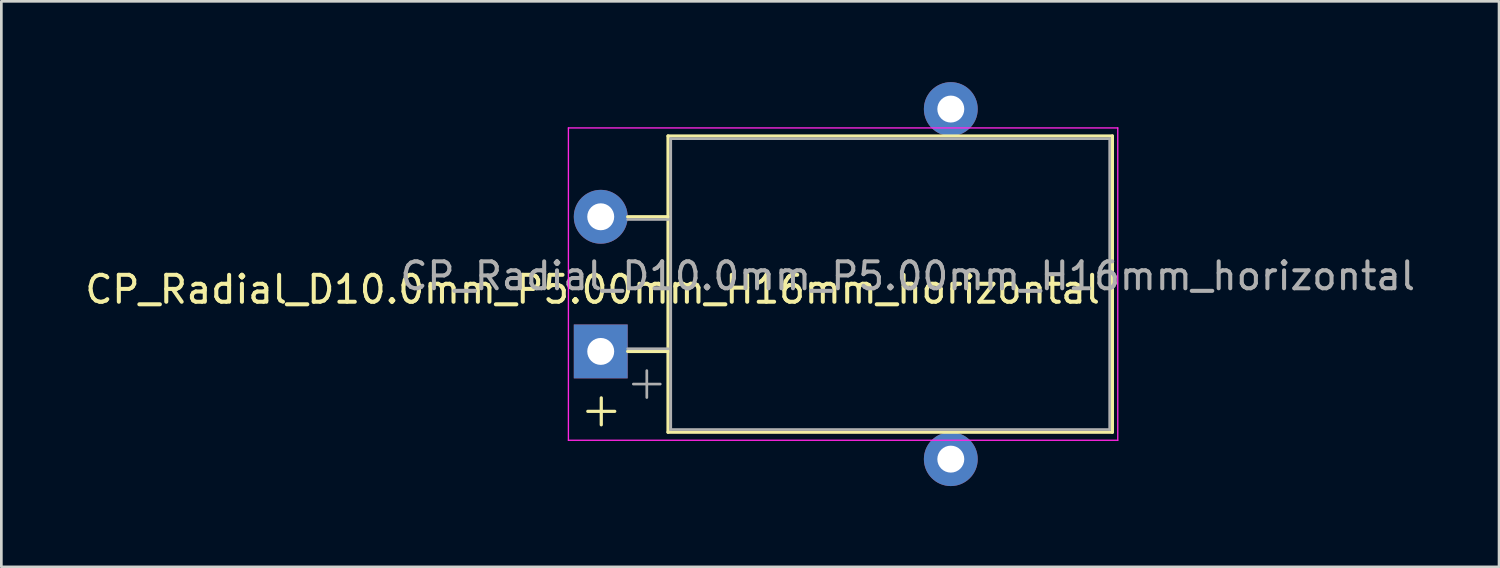
<source format=kicad_pcb>
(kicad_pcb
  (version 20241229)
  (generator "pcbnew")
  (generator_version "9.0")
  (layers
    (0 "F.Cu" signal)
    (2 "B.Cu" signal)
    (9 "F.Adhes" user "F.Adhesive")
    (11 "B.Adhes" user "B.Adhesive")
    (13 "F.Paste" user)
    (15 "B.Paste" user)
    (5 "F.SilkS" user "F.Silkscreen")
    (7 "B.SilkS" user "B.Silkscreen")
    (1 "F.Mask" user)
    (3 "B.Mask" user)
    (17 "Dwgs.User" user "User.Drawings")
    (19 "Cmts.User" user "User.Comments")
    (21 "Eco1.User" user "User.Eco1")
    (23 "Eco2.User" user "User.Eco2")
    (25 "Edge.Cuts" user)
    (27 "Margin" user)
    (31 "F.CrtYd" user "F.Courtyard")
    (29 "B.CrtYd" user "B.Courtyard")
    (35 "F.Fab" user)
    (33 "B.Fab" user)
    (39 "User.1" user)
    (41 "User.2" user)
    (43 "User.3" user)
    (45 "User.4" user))
  (footprint "CP_Radial_D10.0mm_P5.00mm_H16mm_horizontal"
    (layer "F.Cu")
    (at 19.258 10)
    (property "Reference" "CP_Radial_D10.0mm_P5.00mm_H16mm_horizontal" (at -0.3 -2.3 0) (layer "F.SilkS") (effects (font (size 1 1) (thickness 0.15))))
    (attr through_hole)
    (fp_line (start -0.48 2.225) (end 0.52 2.225) (stroke (width 0.12) (type solid)) (layer "F.SilkS"))
    (fp_line (start 0.02 1.725) (end 0.02 2.725) (stroke (width 0.12) (type solid)) (layer "F.SilkS"))
    (fp_line (start 1 -5) (end 2.5 -5) (stroke (width 0.12) (type solid)) (layer "F.SilkS"))
    (fp_line (start 1 0) (end 2.5 0) (stroke (width 0.12) (type solid)) (layer "F.SilkS"))
    (fp_line (start 2.5 -8) (end 2.5 3) (stroke (width 0.12) (type solid)) (layer "F.SilkS"))
    (fp_line (start 2.5 -8) (end 19 -8) (stroke (width 0.12) (type solid)) (layer "F.SilkS"))
    (fp_line (start 2.5 3) (end 19 3) (stroke (width 0.12) (type solid)) (layer "F.SilkS"))
    (fp_line (start 19 -8) (end 19 3) (stroke (width 0.12) (type solid)) (layer "F.SilkS"))
    (fp_line (start -1.2 3.3) (end -1.2 -8.3) (stroke (width 0.05) (type solid)) (layer "F.CrtYd"))
    (fp_line (start 19.2 -8.3) (end -1.2 -8.3) (stroke (width 0.05) (type solid)) (layer "F.CrtYd"))
    (fp_line (start 19.2 3.3) (end -1.2 3.3) (stroke (width 0.05) (type solid)) (layer "F.CrtYd"))
    (fp_line (start 19.2 3.3) (end 19.2 -8.3) (stroke (width 0.05) (type solid)) (layer "F.CrtYd"))
    (fp_line (start 1.211 1.212) (end 2.211 1.212) (stroke (width 0.1) (type solid)) (layer "F.Fab"))
    (fp_line (start 1.711 0.713) (end 1.711 1.712) (stroke (width 0.1) (type solid)) (layer "F.Fab"))
    (fp_line (start 2.5 -4.9) (end 1 -4.9) (stroke (width 0.1) (type solid)) (layer "F.Fab"))
    (fp_line (start 2.5 -0.1) (end 1 -0.1) (stroke (width 0.1) (type solid)) (layer "F.Fab"))
    (fp_line (start 2.6 2.9) (end 2.6 -7.9) (stroke (width 0.1) (type solid)) (layer "F.Fab"))
    (fp_line (start 18.9 -7.9) (end 2.6 -7.9) (stroke (width 0.1) (type solid)) (layer "F.Fab"))
    (fp_line (start 18.9 2.9) (end 2.6 2.9) (stroke (width 0.1) (type solid)) (layer "F.Fab"))
    (fp_line (start 18.9 2.9) (end 18.9 -7.9) (stroke (width 0.1) (type solid)) (layer "F.Fab"))
    (fp_text user "${REFERENCE}" (at 11.4 -2.8 0) (layer "F.Fab") (effects (font (size 1 1) (thickness 0.15))))
    (pad "" thru_hole circle (at 13 -9) (size 2 2) (drill 1) (layers "*.Cu" "*.Mask"))
    (pad "" thru_hole circle (at 13 4) (size 2 2) (drill 1) (layers "*.Cu" "*.Mask"))
    (pad "1" thru_hole rect (at 0 0) (size 2 2) (drill 1) (layers "*.Cu" "*.Mask"))
    (pad "2" thru_hole circle (at 0 -5) (size 2 2) (drill 1) (layers "*.Cu" "*.Mask")))
  (gr_rect
    (start -3 -3)
    (end 52.617 18)
    (stroke (width 0.1) (type default))
    (fill no)
    (layer "Edge.Cuts")))
</source>
